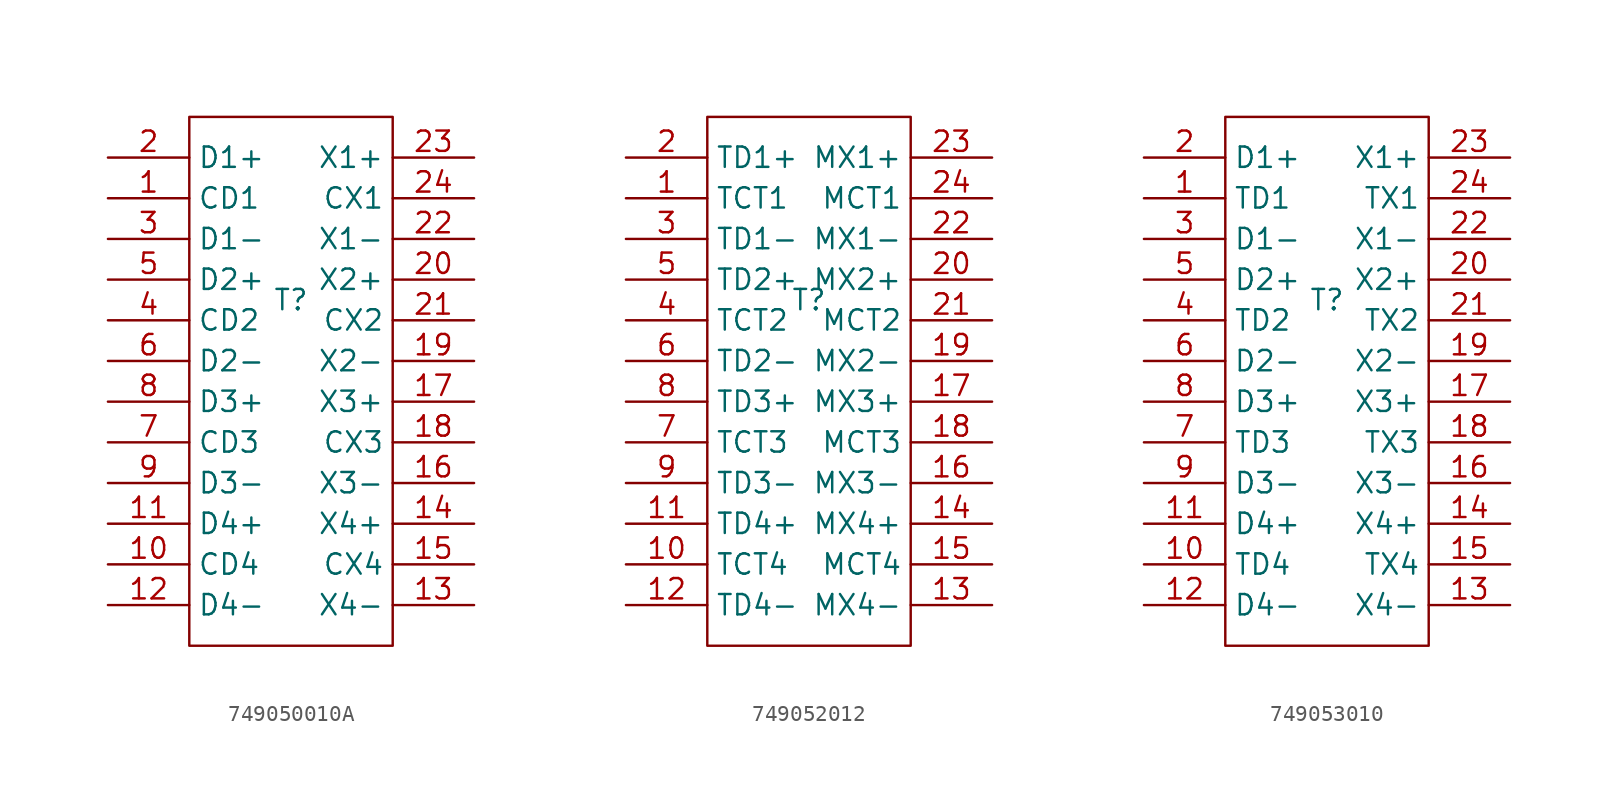
<source format=kicad_sym>
(kicad_symbol_lib
  (version 20220914)
  (generator kicad_symbol_editor)
  (symbol "749050010A"
    (property "Reference" "T"
      (at 0 5.08 0)
      (effects (font (size 1.27 1.27))))
    (property "Critical Parameter" ""
      (at 0 -5.08 0)
      (effects (font (size 1.27 1.27)) (justify left)))
    (symbol "749050010A_0_1"
      (rectangle (start -6.35 16.51) (end 6.35 -16.51) (stroke (width 0) (type default)) (fill (type none))))
    (symbol "749050010A_1_1"
      (pin passive line (at -11.43 11.43 0) (length 5.08) (name "CD1" (effects (font (size 1.27 1.27)))) (number "1" (effects (font (size 1.27 1.27)))))
      (pin passive line (at -11.43 -11.43 0) (length 5.08) (name "CD4" (effects (font (size 1.27 1.27)))) (number "10" (effects (font (size 1.27 1.27)))))
      (pin passive line (at -11.43 -8.89 0) (length 5.08) (name "D4+" (effects (font (size 1.27 1.27)))) (number "11" (effects (font (size 1.27 1.27)))))
      (pin passive line (at -11.43 -13.97 0) (length 5.08) (name "D4-" (effects (font (size 1.27 1.27)))) (number "12" (effects (font (size 1.27 1.27)))))
      (pin passive line (at 11.43 -13.97 180) (length 5.08) (name "X4-" (effects (font (size 1.27 1.27)))) (number "13" (effects (font (size 1.27 1.27)))))
      (pin passive line (at 11.43 -8.89 180) (length 5.08) (name "X4+" (effects (font (size 1.27 1.27)))) (number "14" (effects (font (size 1.27 1.27)))))
      (pin passive line (at 11.43 -11.43 180) (length 5.08) (name "CX4" (effects (font (size 1.27 1.27)))) (number "15" (effects (font (size 1.27 1.27)))))
      (pin passive line (at 11.43 -6.35 180) (length 5.08) (name "X3-" (effects (font (size 1.27 1.27)))) (number "16" (effects (font (size 1.27 1.27)))))
      (pin passive line (at 11.43 -1.27 180) (length 5.08) (name "X3+" (effects (font (size 1.27 1.27)))) (number "17" (effects (font (size 1.27 1.27)))))
      (pin passive line (at 11.43 -3.81 180) (length 5.08) (name "CX3" (effects (font (size 1.27 1.27)))) (number "18" (effects (font (size 1.27 1.27)))))
      (pin passive line (at 11.43 1.27 180) (length 5.08) (name "X2-" (effects (font (size 1.27 1.27)))) (number "19" (effects (font (size 1.27 1.27)))))
      (pin passive line (at -11.43 13.97 0) (length 5.08) (name "D1+" (effects (font (size 1.27 1.27)))) (number "2" (effects (font (size 1.27 1.27)))))
      (pin passive line (at 11.43 6.35 180) (length 5.08) (name "X2+" (effects (font (size 1.27 1.27)))) (number "20" (effects (font (size 1.27 1.27)))))
      (pin passive line (at 11.43 3.81 180) (length 5.08) (name "CX2" (effects (font (size 1.27 1.27)))) (number "21" (effects (font (size 1.27 1.27)))))
      (pin passive line (at 11.43 8.89 180) (length 5.08) (name "X1-" (effects (font (size 1.27 1.27)))) (number "22" (effects (font (size 1.27 1.27)))))
      (pin passive line (at 11.43 13.97 180) (length 5.08) (name "X1+" (effects (font (size 1.27 1.27)))) (number "23" (effects (font (size 1.27 1.27)))))
      (pin passive line (at 11.43 11.43 180) (length 5.08) (name "CX1" (effects (font (size 1.27 1.27)))) (number "24" (effects (font (size 1.27 1.27)))))
      (pin passive line (at -11.43 8.89 0) (length 5.08) (name "D1-" (effects (font (size 1.27 1.27)))) (number "3" (effects (font (size 1.27 1.27)))))
      (pin passive line (at -11.43 3.81 0) (length 5.08) (name "CD2" (effects (font (size 1.27 1.27)))) (number "4" (effects (font (size 1.27 1.27)))))
      (pin passive line (at -11.43 6.35 0) (length 5.08) (name "D2+" (effects (font (size 1.27 1.27)))) (number "5" (effects (font (size 1.27 1.27)))))
      (pin passive line (at -11.43 1.27 0) (length 5.08) (name "D2-" (effects (font (size 1.27 1.27)))) (number "6" (effects (font (size 1.27 1.27)))))
      (pin passive line (at -11.43 -3.81 0) (length 5.08) (name "CD3" (effects (font (size 1.27 1.27)))) (number "7" (effects (font (size 1.27 1.27)))))
      (pin passive line (at -11.43 -1.27 0) (length 5.08) (name "D3+" (effects (font (size 1.27 1.27)))) (number "8" (effects (font (size 1.27 1.27)))))
      (pin passive line (at -11.43 -6.35 0) (length 5.08) (name "D3-" (effects (font (size 1.27 1.27)))) (number "9" (effects (font (size 1.27 1.27)))))))
  (symbol "749052012"
    (property "Reference" "T"
      (at 0 5.08 0)
      (effects (font (size 1.27 1.27))))
    (property "Critical Parameter" ""
      (at 0 -5.08 0)
      (effects (font (size 1.27 1.27)) (justify left)))
    (symbol "749052012_0_1"
      (rectangle (start -6.35 16.51) (end 6.35 -16.51) (stroke (width 0) (type default)) (fill (type none))))
    (symbol "749052012_1_1"
      (pin passive line (at -11.43 11.43 0) (length 5.08) (name "TCT1" (effects (font (size 1.27 1.27)))) (number "1" (effects (font (size 1.27 1.27)))))
      (pin passive line (at -11.43 -11.43 0) (length 5.08) (name "TCT4" (effects (font (size 1.27 1.27)))) (number "10" (effects (font (size 1.27 1.27)))))
      (pin passive line (at -11.43 -8.89 0) (length 5.08) (name "TD4+" (effects (font (size 1.27 1.27)))) (number "11" (effects (font (size 1.27 1.27)))))
      (pin passive line (at -11.43 -13.97 0) (length 5.08) (name "TD4-" (effects (font (size 1.27 1.27)))) (number "12" (effects (font (size 1.27 1.27)))))
      (pin passive line (at 11.43 -13.97 180) (length 5.08) (name "MX4-" (effects (font (size 1.27 1.27)))) (number "13" (effects (font (size 1.27 1.27)))))
      (pin passive line (at 11.43 -8.89 180) (length 5.08) (name "MX4+" (effects (font (size 1.27 1.27)))) (number "14" (effects (font (size 1.27 1.27)))))
      (pin passive line (at 11.43 -11.43 180) (length 5.08) (name "MCT4" (effects (font (size 1.27 1.27)))) (number "15" (effects (font (size 1.27 1.27)))))
      (pin passive line (at 11.43 -6.35 180) (length 5.08) (name "MX3-" (effects (font (size 1.27 1.27)))) (number "16" (effects (font (size 1.27 1.27)))))
      (pin passive line (at 11.43 -1.27 180) (length 5.08) (name "MX3+" (effects (font (size 1.27 1.27)))) (number "17" (effects (font (size 1.27 1.27)))))
      (pin passive line (at 11.43 -3.81 180) (length 5.08) (name "MCT3" (effects (font (size 1.27 1.27)))) (number "18" (effects (font (size 1.27 1.27)))))
      (pin passive line (at 11.43 1.27 180) (length 5.08) (name "MX2-" (effects (font (size 1.27 1.27)))) (number "19" (effects (font (size 1.27 1.27)))))
      (pin passive line (at -11.43 13.97 0) (length 5.08) (name "TD1+" (effects (font (size 1.27 1.27)))) (number "2" (effects (font (size 1.27 1.27)))))
      (pin passive line (at 11.43 6.35 180) (length 5.08) (name "MX2+" (effects (font (size 1.27 1.27)))) (number "20" (effects (font (size 1.27 1.27)))))
      (pin passive line (at 11.43 3.81 180) (length 5.08) (name "MCT2" (effects (font (size 1.27 1.27)))) (number "21" (effects (font (size 1.27 1.27)))))
      (pin passive line (at 11.43 8.89 180) (length 5.08) (name "MX1-" (effects (font (size 1.27 1.27)))) (number "22" (effects (font (size 1.27 1.27)))))
      (pin passive line (at 11.43 13.97 180) (length 5.08) (name "MX1+" (effects (font (size 1.27 1.27)))) (number "23" (effects (font (size 1.27 1.27)))))
      (pin passive line (at 11.43 11.43 180) (length 5.08) (name "MCT1" (effects (font (size 1.27 1.27)))) (number "24" (effects (font (size 1.27 1.27)))))
      (pin passive line (at -11.43 8.89 0) (length 5.08) (name "TD1-" (effects (font (size 1.27 1.27)))) (number "3" (effects (font (size 1.27 1.27)))))
      (pin passive line (at -11.43 3.81 0) (length 5.08) (name "TCT2" (effects (font (size 1.27 1.27)))) (number "4" (effects (font (size 1.27 1.27)))))
      (pin passive line (at -11.43 6.35 0) (length 5.08) (name "TD2+" (effects (font (size 1.27 1.27)))) (number "5" (effects (font (size 1.27 1.27)))))
      (pin passive line (at -11.43 1.27 0) (length 5.08) (name "TD2-" (effects (font (size 1.27 1.27)))) (number "6" (effects (font (size 1.27 1.27)))))
      (pin passive line (at -11.43 -3.81 0) (length 5.08) (name "TCT3" (effects (font (size 1.27 1.27)))) (number "7" (effects (font (size 1.27 1.27)))))
      (pin passive line (at -11.43 -1.27 0) (length 5.08) (name "TD3+" (effects (font (size 1.27 1.27)))) (number "8" (effects (font (size 1.27 1.27)))))
      (pin passive line (at -11.43 -6.35 0) (length 5.08) (name "TD3-" (effects (font (size 1.27 1.27)))) (number "9" (effects (font (size 1.27 1.27)))))))
  (symbol "749053010"
    (property "Reference" "T"
      (at 0 5.08 0)
      (effects (font (size 1.27 1.27))))
    (property "Critical Parameter" ""
      (at 0 -5.08 0)
      (effects (font (size 1.27 1.27)) (justify left)))
    (symbol "749053010_0_1"
      (rectangle (start -6.35 16.51) (end 6.35 -16.51) (stroke (width 0) (type default)) (fill (type none))))
    (symbol "749053010_1_1"
      (pin passive line (at -11.43 11.43 0) (length 5.08) (name "TD1" (effects (font (size 1.27 1.27)))) (number "1" (effects (font (size 1.27 1.27)))))
      (pin passive line (at -11.43 -11.43 0) (length 5.08) (name "TD4" (effects (font (size 1.27 1.27)))) (number "10" (effects (font (size 1.27 1.27)))))
      (pin passive line (at -11.43 -8.89 0) (length 5.08) (name "D4+" (effects (font (size 1.27 1.27)))) (number "11" (effects (font (size 1.27 1.27)))))
      (pin passive line (at -11.43 -13.97 0) (length 5.08) (name "D4-" (effects (font (size 1.27 1.27)))) (number "12" (effects (font (size 1.27 1.27)))))
      (pin passive line (at 11.43 -13.97 180) (length 5.08) (name "X4-" (effects (font (size 1.27 1.27)))) (number "13" (effects (font (size 1.27 1.27)))))
      (pin passive line (at 11.43 -8.89 180) (length 5.08) (name "X4+" (effects (font (size 1.27 1.27)))) (number "14" (effects (font (size 1.27 1.27)))))
      (pin passive line (at 11.43 -11.43 180) (length 5.08) (name "TX4" (effects (font (size 1.27 1.27)))) (number "15" (effects (font (size 1.27 1.27)))))
      (pin passive line (at 11.43 -6.35 180) (length 5.08) (name "X3-" (effects (font (size 1.27 1.27)))) (number "16" (effects (font (size 1.27 1.27)))))
      (pin passive line (at 11.43 -1.27 180) (length 5.08) (name "X3+" (effects (font (size 1.27 1.27)))) (number "17" (effects (font (size 1.27 1.27)))))
      (pin passive line (at 11.43 -3.81 180) (length 5.08) (name "TX3" (effects (font (size 1.27 1.27)))) (number "18" (effects (font (size 1.27 1.27)))))
      (pin passive line (at 11.43 1.27 180) (length 5.08) (name "X2-" (effects (font (size 1.27 1.27)))) (number "19" (effects (font (size 1.27 1.27)))))
      (pin passive line (at -11.43 13.97 0) (length 5.08) (name "D1+" (effects (font (size 1.27 1.27)))) (number "2" (effects (font (size 1.27 1.27)))))
      (pin passive line (at 11.43 6.35 180) (length 5.08) (name "X2+" (effects (font (size 1.27 1.27)))) (number "20" (effects (font (size 1.27 1.27)))))
      (pin passive line (at 11.43 3.81 180) (length 5.08) (name "TX2" (effects (font (size 1.27 1.27)))) (number "21" (effects (font (size 1.27 1.27)))))
      (pin passive line (at 11.43 8.89 180) (length 5.08) (name "X1-" (effects (font (size 1.27 1.27)))) (number "22" (effects (font (size 1.27 1.27)))))
      (pin passive line (at 11.43 13.97 180) (length 5.08) (name "X1+" (effects (font (size 1.27 1.27)))) (number "23" (effects (font (size 1.27 1.27)))))
      (pin passive line (at 11.43 11.43 180) (length 5.08) (name "TX1" (effects (font (size 1.27 1.27)))) (number "24" (effects (font (size 1.27 1.27)))))
      (pin passive line (at -11.43 8.89 0) (length 5.08) (name "D1-" (effects (font (size 1.27 1.27)))) (number "3" (effects (font (size 1.27 1.27)))))
      (pin passive line (at -11.43 3.81 0) (length 5.08) (name "TD2" (effects (font (size 1.27 1.27)))) (number "4" (effects (font (size 1.27 1.27)))))
      (pin passive line (at -11.43 6.35 0) (length 5.08) (name "D2+" (effects (font (size 1.27 1.27)))) (number "5" (effects (font (size 1.27 1.27)))))
      (pin passive line (at -11.43 1.27 0) (length 5.08) (name "D2-" (effects (font (size 1.27 1.27)))) (number "6" (effects (font (size 1.27 1.27)))))
      (pin passive line (at -11.43 -3.81 0) (length 5.08) (name "TD3" (effects (font (size 1.27 1.27)))) (number "7" (effects (font (size 1.27 1.27)))))
      (pin passive line (at -11.43 -1.27 0) (length 5.08) (name "D3+" (effects (font (size 1.27 1.27)))) (number "8" (effects (font (size 1.27 1.27)))))
      (pin passive line (at -11.43 -6.35 0) (length 5.08) (name "D3-" (effects (font (size 1.27 1.27)))) (number "9" (effects (font (size 1.27 1.27))))))))
</source>
